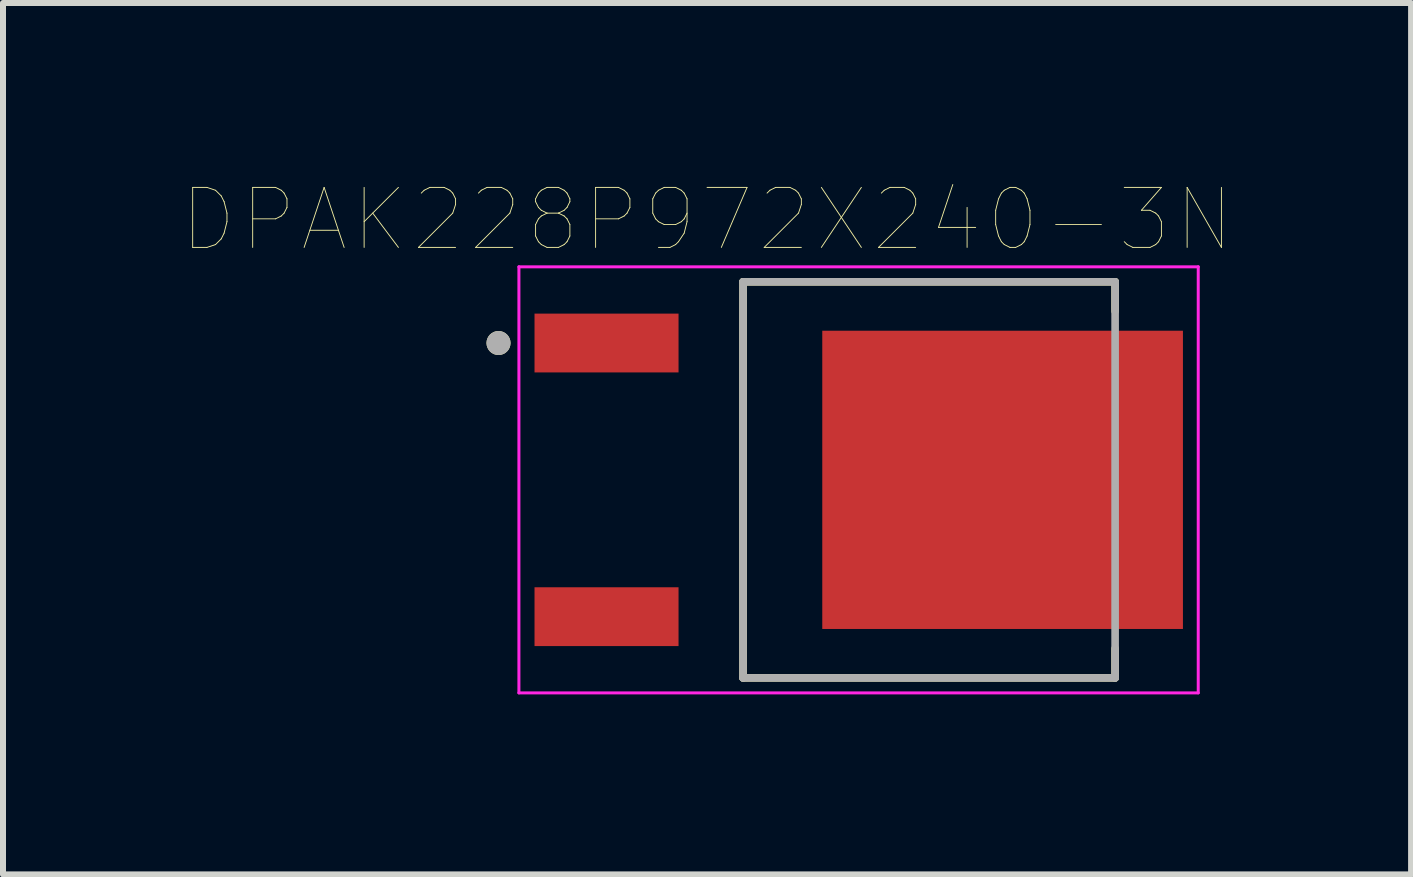
<source format=kicad_pcb>
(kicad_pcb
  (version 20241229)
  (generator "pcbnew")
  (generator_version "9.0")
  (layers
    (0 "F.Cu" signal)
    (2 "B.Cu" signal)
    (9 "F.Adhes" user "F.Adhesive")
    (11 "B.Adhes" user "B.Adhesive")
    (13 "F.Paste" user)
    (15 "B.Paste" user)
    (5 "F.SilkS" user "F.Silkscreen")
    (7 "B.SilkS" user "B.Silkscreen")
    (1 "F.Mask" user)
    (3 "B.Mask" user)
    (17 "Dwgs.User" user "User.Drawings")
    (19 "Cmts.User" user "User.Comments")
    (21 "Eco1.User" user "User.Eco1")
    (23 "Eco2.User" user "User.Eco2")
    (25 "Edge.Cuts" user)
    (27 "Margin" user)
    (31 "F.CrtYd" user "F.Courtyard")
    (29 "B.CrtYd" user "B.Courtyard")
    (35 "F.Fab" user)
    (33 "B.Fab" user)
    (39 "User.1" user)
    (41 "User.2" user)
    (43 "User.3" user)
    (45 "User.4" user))
  (footprint "DPAK228P972X240-3N"
    (layer "F.Cu")
    (at 11.257 4.946)
    (property "Reference" "DPAK228P972X240-3N" (at -2.525 -4.335 0) (layer "F.SilkS") (effects (font (size 1 1) (thickness 0.015))))
    (attr through_hole)
    (fp_line (start -1.925 -3.3) (end -1.925 3.3) (stroke (width 0.127) (type solid)) (layer "F.SilkS"))
    (fp_line (start -1.925 3.3) (end 4.275 3.3) (stroke (width 0.127) (type solid)) (layer "F.SilkS"))
    (fp_line (start 4.275 -3.3) (end -1.925 -3.3) (stroke (width 0.127) (type solid)) (layer "F.SilkS"))
    (fp_line (start 4.275 -2.81) (end 4.275 -3.3) (stroke (width 0.127) (type solid)) (layer "F.SilkS"))
    (fp_line (start 4.275 3.3) (end 4.275 2.81) (stroke (width 0.127) (type solid)) (layer "F.SilkS"))
    (fp_circle (center -6 -2.28) (end -5.9 -2.28) (stroke (width 0.2) (type solid)) (fill no) (layer "F.SilkS"))
    (fp_poly (pts (xy -0.27 -1.99) (xy 1.07 -1.99) (xy 1.07 -0.5) (xy -0.27 -0.5)) (stroke (width 0.01) (type solid)) (fill yes) (layer "F.Paste"))
    (fp_poly (pts (xy -0.27 0.5) (xy 1.07 0.5) (xy 1.07 1.99) (xy -0.27 1.99)) (stroke (width 0.01) (type solid)) (fill yes) (layer "F.Paste"))
    (fp_poly (pts (xy 1.73 -1.99) (xy 3.07 -1.99) (xy 3.07 -0.5) (xy 1.73 -0.5)) (stroke (width 0.01) (type solid)) (fill yes) (layer "F.Paste"))
    (fp_poly (pts (xy 1.73 0.5) (xy 3.07 0.5) (xy 3.07 1.99) (xy 1.73 1.99)) (stroke (width 0.01) (type solid)) (fill yes) (layer "F.Paste"))
    (fp_poly (pts (xy 3.73 -1.99) (xy 5.07 -1.99) (xy 5.07 -0.5) (xy 3.73 -0.5)) (stroke (width 0.01) (type solid)) (fill yes) (layer "F.Paste"))
    (fp_poly (pts (xy 3.73 0.5) (xy 5.07 0.5) (xy 5.07 1.99) (xy 3.73 1.99)) (stroke (width 0.01) (type solid)) (fill yes) (layer "F.Paste"))
    (fp_line (start -5.66 -3.55) (end 5.66 -3.55) (stroke (width 0.05) (type solid)) (layer "F.CrtYd"))
    (fp_line (start -5.66 3.55) (end -5.66 -3.55) (stroke (width 0.05) (type solid)) (layer "F.CrtYd"))
    (fp_line (start 5.66 -3.55) (end 5.66 3.55) (stroke (width 0.05) (type solid)) (layer "F.CrtYd"))
    (fp_line (start 5.66 3.55) (end -5.66 3.55) (stroke (width 0.05) (type solid)) (layer "F.CrtYd"))
    (fp_line (start -1.925 -3.3) (end 4.275 -3.3) (stroke (width 0.127) (type solid)) (layer "F.Fab"))
    (fp_line (start -1.925 3.3) (end -1.925 -3.3) (stroke (width 0.127) (type solid)) (layer "F.Fab"))
    (fp_line (start 4.275 -3.3) (end 4.275 3.3) (stroke (width 0.127) (type solid)) (layer "F.Fab"))
    (fp_line (start 4.275 3.3) (end -1.925 3.3) (stroke (width 0.127) (type solid)) (layer "F.Fab"))
    (fp_circle (center -6 -2.28) (end -5.9 -2.28) (stroke (width 0.2) (type solid)) (fill no) (layer "F.Fab"))
    (pad "1" smd rect (at -4.2 -2.28) (size 2.4 0.98) (layers "F.Cu" "F.Mask" "F.Paste"))
    (pad "3" smd rect (at -4.2 2.28) (size 2.4 0.98) (layers "F.Cu" "F.Mask" "F.Paste"))
    (pad "4" smd rect (at 2.4 0) (size 6.01 4.97) (layers "F.Cu" "F.Mask")))
  (gr_rect
    (start -3 -3)
    (end 20.464 11.521)
    (stroke (width 0.1) (type default))
    (fill no)
    (layer "Edge.Cuts")))
</source>
